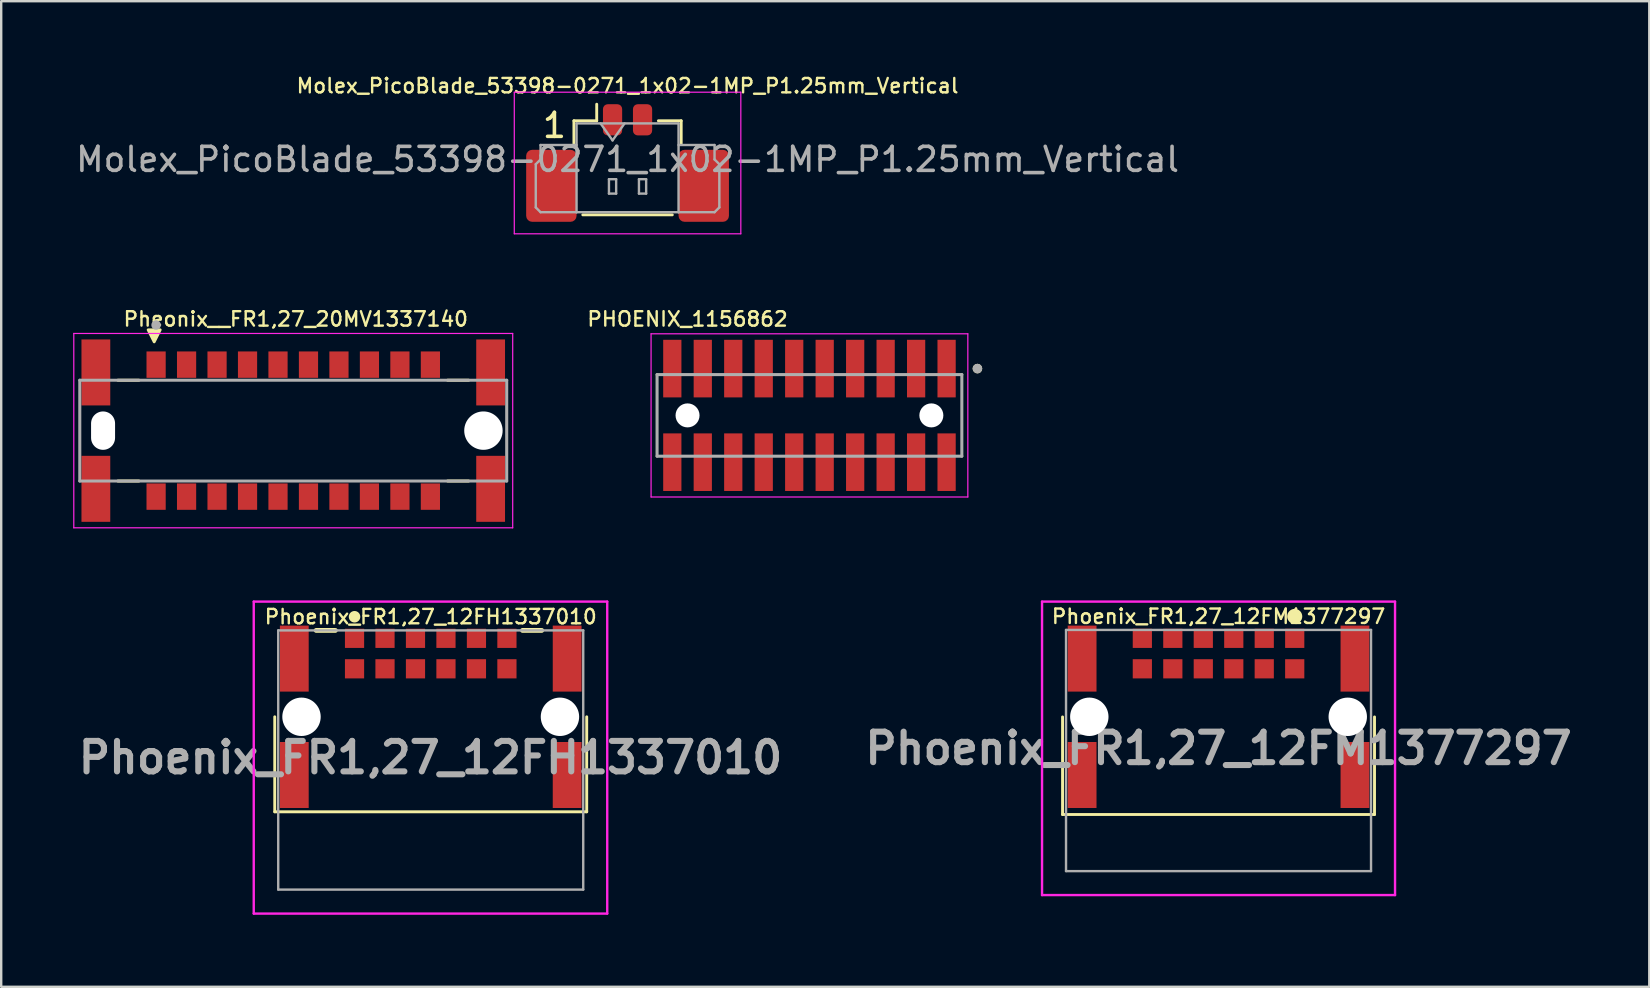
<source format=kicad_pcb>
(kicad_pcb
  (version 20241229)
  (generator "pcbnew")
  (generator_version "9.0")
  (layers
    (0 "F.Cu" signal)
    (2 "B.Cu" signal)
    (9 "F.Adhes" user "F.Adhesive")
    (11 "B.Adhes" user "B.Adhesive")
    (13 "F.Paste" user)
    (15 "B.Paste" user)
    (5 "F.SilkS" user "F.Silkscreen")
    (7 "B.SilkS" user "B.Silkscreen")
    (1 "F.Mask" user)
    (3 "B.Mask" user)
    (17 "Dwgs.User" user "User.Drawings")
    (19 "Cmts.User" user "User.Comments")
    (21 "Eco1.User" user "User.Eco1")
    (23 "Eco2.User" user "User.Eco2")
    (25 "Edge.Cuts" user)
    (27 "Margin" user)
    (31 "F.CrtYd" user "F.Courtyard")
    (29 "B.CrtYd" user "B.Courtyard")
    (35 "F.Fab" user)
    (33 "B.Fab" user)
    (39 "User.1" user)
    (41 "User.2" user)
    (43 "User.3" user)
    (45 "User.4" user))
  (footprint "Phoenix_FR1,27_12FH1337010"
    (layer "F.Cu")
    (at 14.899 28.62)
    (property "Reference" "Phoenix_FR1,27_12FH1337010" (at 0 -5.969 0) (layer "F.SilkS") (effects (font (size 0.6 0.6) (thickness 0.1) (bold yes))))
    (attr smd)
    (fp_line (start -6.5 -1.8) (end -6.5 2.159) (stroke (width 0.12) (type default)) (layer "F.SilkS"))
    (fp_line (start -6.5 2.159) (end 6.5 2.159) (stroke (width 0.12) (type default)) (layer "F.SilkS"))
    (fp_line (start -4.775 -5.4) (end -3.975 -5.4) (stroke (width 0.2) (type solid)) (layer "F.SilkS"))
    (fp_line (start 3.825 -5.4) (end 4.625 -5.4) (stroke (width 0.2) (type solid)) (layer "F.SilkS"))
    (fp_line (start 6.5 2.159) (end 6.5 -1.8) (stroke (width 0.12) (type default)) (layer "F.SilkS"))
    (fp_circle (center -3.175 -5.969) (end -2.995 -5.969) (stroke (width 0.12) (type solid)) (fill yes) (layer "F.SilkS"))
    (fp_line (start -7.375 -6.6) (end 7.355 -6.6) (stroke (width 0.1) (type solid)) (layer "F.CrtYd"))
    (fp_line (start -7.375 6.4) (end -7.375 -6.6) (stroke (width 0.1) (type solid)) (layer "F.CrtYd"))
    (fp_line (start 7.355 -6.6) (end 7.355 6.4) (stroke (width 0.1) (type solid)) (layer "F.CrtYd"))
    (fp_line (start 7.355 6.4) (end -7.375 6.4) (stroke (width 0.1) (type solid)) (layer "F.CrtYd"))
    (fp_line (start -6.355 -5.4) (end -6.355 5.4) (stroke (width 0.1) (type solid)) (layer "F.Fab"))
    (fp_line (start -6.355 5.4) (end 6.355 5.4) (stroke (width 0.1) (type solid)) (layer "F.Fab"))
    (fp_line (start 6.355 -5.4) (end -6.355 -5.4) (stroke (width 0.1) (type solid)) (layer "F.Fab"))
    (fp_line (start 6.355 5.4) (end 6.355 -5.4) (stroke (width 0.1) (type solid)) (layer "F.Fab"))
    (fp_text user "${REFERENCE}" (at -0.01 -0.1 0) (layer "F.Fab") (effects (font (size 1.27 1.27) (thickness 0.254))))
    (pad "" np_thru_hole circle (at -5.385 -1.8) (size 1.6 1.6) (drill 1.6) (layers "*.Cu" "*.Mask"))
    (pad "" np_thru_hole circle (at 5.385 -1.8) (size 1.6 1.6) (drill 1.6) (layers "*.Cu" "*.Mask"))
    (pad "A1" smd rect (at -3.175 -3.8 90) (size 0.8 0.8) (layers "F.Cu" "F.Mask" "F.Paste"))
    (pad "A2" smd rect (at -1.905 -3.8 90) (size 0.8 0.8) (layers "F.Cu" "F.Mask" "F.Paste"))
    (pad "A3" smd rect (at -0.635 -3.8 90) (size 0.8 0.8) (layers "F.Cu" "F.Mask" "F.Paste"))
    (pad "A4" smd rect (at 0.635 -3.8 90) (size 0.8 0.8) (layers "F.Cu" "F.Mask" "F.Paste"))
    (pad "A5" smd rect (at 1.905 -3.8 90) (size 0.8 0.8) (layers "F.Cu" "F.Mask" "F.Paste"))
    (pad "A6" smd rect (at 3.175 -3.8 90) (size 0.8 0.8) (layers "F.Cu" "F.Mask" "F.Paste"))
    (pad "B1" smd rect (at -3.175 -5.07 90) (size 0.8 0.8) (layers "F.Cu" "F.Mask" "F.Paste"))
    (pad "B2" smd rect (at -1.905 -5.07 90) (size 0.8 0.8) (layers "F.Cu" "F.Mask" "F.Paste"))
    (pad "B3" smd rect (at -0.635 -5.07 90) (size 0.8 0.8) (layers "F.Cu" "F.Mask" "F.Paste"))
    (pad "B4" smd rect (at 0.635 -5.07 90) (size 0.8 0.8) (layers "F.Cu" "F.Mask" "F.Paste"))
    (pad "B5" smd rect (at 1.905 -5.07 90) (size 0.8 0.8) (layers "F.Cu" "F.Mask" "F.Paste"))
    (pad "B6" smd rect (at 3.175 -5.07 90) (size 0.8 0.8) (layers "F.Cu" "F.Mask" "F.Paste"))
    (pad "MP1" smd rect (at -5.685 0.625) (size 1.2 2.75) (layers "F.Cu" "F.Mask" "F.Paste"))
    (pad "MP2" smd rect (at -5.685 -4.225) (size 1.2 2.75) (layers "F.Cu" "F.Mask" "F.Paste"))
    (pad "MP3" smd rect (at 5.685 0.625) (size 1.2 2.75) (layers "F.Cu" "F.Mask" "F.Paste"))
    (pad "MP4" smd rect (at 5.685 -4.225) (size 1.2 2.75) (layers "F.Cu" "F.Mask" "F.Paste")))
  (footprint "PHOENIX_1156862"
    (layer "F.Cu")
    (at 24.331 15.96)
    (property "Reference" "PHOENIX_1156862" (at 1.27 -5.715 180) (layer "F.SilkS") (effects (font (size 0.6 0.6) (thickness 0.1) (bold yes))))
    (attr smd)
    (fp_circle (center 13.35 -3.65) (end 13.45 -3.65) (stroke (width 0.2) (type solid)) (fill no) (layer "F.SilkS"))
    (fp_line (start -0.25 -5.1) (end 12.95 -5.1) (stroke (width 0.05) (type solid)) (layer "F.CrtYd"))
    (fp_line (start -0.25 1.7) (end -0.25 -5.1) (stroke (width 0.05) (type solid)) (layer "F.CrtYd"))
    (fp_line (start 12.95 -5.1) (end 12.95 1.7) (stroke (width 0.05) (type solid)) (layer "F.CrtYd"))
    (fp_line (start 12.95 1.7) (end -0.25 1.7) (stroke (width 0.05) (type solid)) (layer "F.CrtYd"))
    (fp_line (start 0 -3.4) (end 12.7 -3.4) (stroke (width 0.127) (type solid)) (layer "F.Fab"))
    (fp_line (start 0 0) (end 0 -3.4) (stroke (width 0.127) (type solid)) (layer "F.Fab"))
    (fp_line (start 12.7 -3.4) (end 12.7 0) (stroke (width 0.127) (type solid)) (layer "F.Fab"))
    (fp_line (start 12.7 0) (end 0 0) (stroke (width 0.127) (type solid)) (layer "F.Fab"))
    (fp_circle (center 13.35 -3.65) (end 13.45 -3.65) (stroke (width 0.2) (type solid)) (fill no) (layer "F.Fab"))
    (pad "" np_thru_hole circle (at 1.27 -1.7) (size 1 1) (drill 1) (layers "*.Cu" "*.Mask"))
    (pad "" np_thru_hole circle (at 11.43 -1.7) (size 1 1) (drill 1) (layers "*.Cu" "*.Mask"))
    (pad "01" smd rect (at 12.065 -3.65) (size 0.76 2.4) (layers "F.Cu" "F.Mask" "F.Paste"))
    (pad "02" smd rect (at 10.795 -3.65) (size 0.76 2.4) (layers "F.Cu" "F.Mask" "F.Paste"))
    (pad "03" smd rect (at 9.525 -3.65) (size 0.76 2.4) (layers "F.Cu" "F.Mask" "F.Paste"))
    (pad "04" smd rect (at 8.255 -3.65) (size 0.76 2.4) (layers "F.Cu" "F.Mask" "F.Paste"))
    (pad "05" smd rect (at 6.985 -3.65) (size 0.76 2.4) (layers "F.Cu" "F.Mask" "F.Paste"))
    (pad "06" smd rect (at 5.715 -3.65) (size 0.76 2.4) (layers "F.Cu" "F.Mask" "F.Paste"))
    (pad "07" smd rect (at 4.445 -3.65) (size 0.76 2.4) (layers "F.Cu" "F.Mask" "F.Paste"))
    (pad "08" smd rect (at 3.175 -3.65) (size 0.76 2.4) (layers "F.Cu" "F.Mask" "F.Paste"))
    (pad "09" smd rect (at 1.905 -3.65) (size 0.76 2.4) (layers "F.Cu" "F.Mask" "F.Paste"))
    (pad "10" smd rect (at 0.635 -3.65) (size 0.76 2.4) (layers "F.Cu" "F.Mask" "F.Paste"))
    (pad "11" smd rect (at 12.065 0.25) (size 0.76 2.4) (layers "F.Cu" "F.Mask" "F.Paste"))
    (pad "12" smd rect (at 10.795 0.25) (size 0.76 2.4) (layers "F.Cu" "F.Mask" "F.Paste"))
    (pad "13" smd rect (at 9.525 0.25) (size 0.76 2.4) (layers "F.Cu" "F.Mask" "F.Paste"))
    (pad "14" smd rect (at 8.255 0.25) (size 0.76 2.4) (layers "F.Cu" "F.Mask" "F.Paste"))
    (pad "15" smd rect (at 6.985 0.25) (size 0.76 2.4) (layers "F.Cu" "F.Mask" "F.Paste"))
    (pad "16" smd rect (at 5.715 0.25) (size 0.76 2.4) (layers "F.Cu" "F.Mask" "F.Paste"))
    (pad "17" smd rect (at 4.445 0.25) (size 0.76 2.4) (layers "F.Cu" "F.Mask" "F.Paste"))
    (pad "18" smd rect (at 3.175 0.25) (size 0.76 2.4) (layers "F.Cu" "F.Mask" "F.Paste"))
    (pad "19" smd rect (at 1.905 0.25) (size 0.76 2.4) (layers "F.Cu" "F.Mask" "F.Paste"))
    (pad "20" smd rect (at 0.635 0.25) (size 0.76 2.4) (layers "F.Cu" "F.Mask" "F.Paste")))
  (footprint "Phoenix_FR1,27_12FM1377297"
    (layer "F.Cu")
    (at 47.728 28.225)
    (property "Reference" "Phoenix_FR1,27_12FM1377297" (at 0 -5.588 0) (layer "F.SilkS") (effects (font (size 0.6 0.6) (thickness 0.1) (bold yes))))
    (attr smd)
    (fp_line (start -6.5 -1.4) (end -6.5 2.667) (stroke (width 0.12) (type default)) (layer "F.SilkS"))
    (fp_line (start -6.5 2.667) (end 6.5 2.667) (stroke (width 0.12) (type default)) (layer "F.SilkS"))
    (fp_line (start 6.5 2.667) (end 6.5 -1.4) (stroke (width 0.12) (type default)) (layer "F.SilkS"))
    (fp_circle (center 3.175 -5.588) (end 3.429 -5.588) (stroke (width 0.12) (type solid)) (fill yes) (layer "F.SilkS"))
    (fp_line (start -7.355 -6.205) (end 7.355 -6.205) (stroke (width 0.1) (type solid)) (layer "F.CrtYd"))
    (fp_line (start -7.355 6.025) (end -7.355 -6.205) (stroke (width 0.1) (type solid)) (layer "F.CrtYd"))
    (fp_line (start 7.355 -6.205) (end 7.355 6.025) (stroke (width 0.1) (type solid)) (layer "F.CrtYd"))
    (fp_line (start 7.355 6.025) (end -7.355 6.025) (stroke (width 0.1) (type solid)) (layer "F.CrtYd"))
    (fp_line (start -6.355 -5.025) (end 6.355 -5.025) (stroke (width 0.1) (type solid)) (layer "F.Fab"))
    (fp_line (start -6.355 5.025) (end -6.355 -5.025) (stroke (width 0.1) (type solid)) (layer "F.Fab"))
    (fp_line (start 6.355 -5.025) (end 6.355 5.025) (stroke (width 0.1) (type solid)) (layer "F.Fab"))
    (fp_line (start 6.355 5.025) (end -6.355 5.025) (stroke (width 0.1) (type solid)) (layer "F.Fab"))
    (fp_text user "${REFERENCE}" (at 0 -0.09 0) (layer "F.Fab") (effects (font (size 1.27 1.27) (thickness 0.254))))
    (pad "" np_thru_hole circle (at -5.385 -1.405) (size 1.6 1.6) (drill 1.6) (layers "*.Cu" "*.Mask"))
    (pad "" np_thru_hole circle (at 5.385 -1.405) (size 1.6 1.6) (drill 1.6) (layers "*.Cu" "*.Mask"))
    (pad "A1" smd rect (at 3.175 -3.405 90) (size 0.8 0.8) (layers "F.Cu" "F.Mask" "F.Paste"))
    (pad "A2" smd rect (at 1.905 -3.405 90) (size 0.8 0.8) (layers "F.Cu" "F.Mask" "F.Paste"))
    (pad "A3" smd rect (at 0.635 -3.405 90) (size 0.8 0.8) (layers "F.Cu" "F.Mask" "F.Paste"))
    (pad "A4" smd rect (at -0.635 -3.405 90) (size 0.8 0.8) (layers "F.Cu" "F.Mask" "F.Paste"))
    (pad "A5" smd rect (at -1.905 -3.405 90) (size 0.8 0.8) (layers "F.Cu" "F.Mask" "F.Paste"))
    (pad "A6" smd rect (at -3.175 -3.405 90) (size 0.8 0.8) (layers "F.Cu" "F.Mask" "F.Paste"))
    (pad "B1" smd rect (at 3.175 -4.675 90) (size 0.8 0.8) (layers "F.Cu" "F.Mask" "F.Paste"))
    (pad "B2" smd rect (at 1.905 -4.675 90) (size 0.8 0.8) (layers "F.Cu" "F.Mask" "F.Paste"))
    (pad "B3" smd rect (at 0.635 -4.675 90) (size 0.8 0.8) (layers "F.Cu" "F.Mask" "F.Paste"))
    (pad "B4" smd rect (at -0.635 -4.675 90) (size 0.8 0.8) (layers "F.Cu" "F.Mask" "F.Paste"))
    (pad "B5" smd rect (at -1.905 -4.675 90) (size 0.8 0.8) (layers "F.Cu" "F.Mask" "F.Paste"))
    (pad "B6" smd rect (at -3.175 -4.675 90) (size 0.8 0.8) (layers "F.Cu" "F.Mask" "F.Paste"))
    (pad "MP1" smd rect (at 5.685 1.02) (size 1.2 2.75) (layers "F.Cu" "F.Mask" "F.Paste"))
    (pad "MP2" smd rect (at -5.685 1.02) (size 1.2 2.75) (layers "F.Cu" "F.Mask" "F.Paste"))
    (pad "MP3" smd rect (at 5.685 -3.83) (size 1.2 2.75) (layers "F.Cu" "F.Mask" "F.Paste"))
    (pad "MP4" smd rect (at -5.685 -3.83) (size 1.2 2.75) (layers "F.Cu" "F.Mask" "F.Paste")))
  (footprint "Pheonix__FR1,27_20MV1337140"
    (layer "F.Cu")
    (at 0.275 16.995)
    (property "Reference" "Pheonix__FR1,27_20MV1337140" (at 9 -6.75 0) (layer "F.SilkS") (effects (font (size 0.6 0.6) (thickness 0.1) (bold yes))))
    (attr smd)
    (fp_line (start 1.59 -4.2) (end 2.46 -4.2) (stroke (width 0.127) (type solid)) (layer "F.SilkS"))
    (fp_line (start 2.46 0) (end 1.59 0) (stroke (width 0.127) (type solid)) (layer "F.SilkS"))
    (fp_line (start 15.33 -4.2) (end 16.2 -4.2) (stroke (width 0.127) (type solid)) (layer "F.SilkS"))
    (fp_line (start 16.2 0) (end 15.33 0) (stroke (width 0.127) (type solid)) (layer "F.SilkS"))
    (fp_poly (pts (xy 3.1 -5.8) (xy 2.85 -6.3) (xy 3.35 -6.3)) (stroke (width 0.12) (type solid)) (fill yes) (layer "F.SilkS"))
    (fp_line (start -0.25 -6.15) (end -0.25 1.95) (stroke (width 0.05) (type solid)) (layer "F.CrtYd"))
    (fp_line (start -0.25 1.95) (end 18.04 1.95) (stroke (width 0.05) (type solid)) (layer "F.CrtYd"))
    (fp_line (start 18.04 -6.15) (end -0.25 -6.15) (stroke (width 0.05) (type solid)) (layer "F.CrtYd"))
    (fp_line (start 18.04 1.95) (end 18.04 -6.15) (stroke (width 0.05) (type solid)) (layer "F.CrtYd"))
    (fp_line (start 0 -4.2) (end 17.79 -4.2) (stroke (width 0.127) (type solid)) (layer "F.Fab"))
    (fp_line (start 0 0) (end 0 -4.2) (stroke (width 0.127) (type solid)) (layer "F.Fab"))
    (fp_line (start 0 0) (end 17.79 0) (stroke (width 0.127) (type solid)) (layer "F.Fab"))
    (fp_line (start 17.79 -4.2) (end 17.79 0) (stroke (width 0.127) (type solid)) (layer "F.Fab"))
    (fp_circle (center 3.18 -6.5) (end 3.28 -6.5) (stroke (width 0.2) (type solid)) (fill no) (layer "F.Fab"))
    (pad "" np_thru_hole oval (at 0.97 -2.1) (size 1 1.6) (drill oval 1 1.6) (layers "*.Cu" "*.Mask"))
    (pad "" np_thru_hole circle (at 16.82 -2.1) (size 1.6 1.6) (drill 1.6) (layers "*.Cu" "*.Mask"))
    (pad "A1" smd rect (at 3.18 -4.85) (size 0.8 1.1) (layers "F.Cu" "F.Mask" "F.Paste"))
    (pad "A2" smd rect (at 4.45 -4.85) (size 0.8 1.1) (layers "F.Cu" "F.Mask" "F.Paste"))
    (pad "A3" smd rect (at 5.72 -4.85) (size 0.8 1.1) (layers "F.Cu" "F.Mask" "F.Paste"))
    (pad "A4" smd rect (at 6.99 -4.85) (size 0.8 1.1) (layers "F.Cu" "F.Mask" "F.Paste"))
    (pad "A5" smd rect (at 8.26 -4.85) (size 0.8 1.1) (layers "F.Cu" "F.Mask" "F.Paste"))
    (pad "A6" smd rect (at 9.53 -4.85) (size 0.8 1.1) (layers "F.Cu" "F.Mask" "F.Paste"))
    (pad "A7" smd rect (at 10.8 -4.85) (size 0.8 1.1) (layers "F.Cu" "F.Mask" "F.Paste"))
    (pad "A8" smd rect (at 12.07 -4.85) (size 0.8 1.1) (layers "F.Cu" "F.Mask" "F.Paste"))
    (pad "A9" smd rect (at 13.34 -4.85) (size 0.8 1.1) (layers "F.Cu" "F.Mask" "F.Paste"))
    (pad "A10" smd rect (at 14.61 -4.85) (size 0.8 1.1) (layers "F.Cu" "F.Mask" "F.Paste"))
    (pad "B1" smd rect (at 3.18 0.65) (size 0.8 1.1) (layers "F.Cu" "F.Mask" "F.Paste"))
    (pad "B2" smd rect (at 4.45 0.65) (size 0.8 1.1) (layers "F.Cu" "F.Mask" "F.Paste"))
    (pad "B3" smd rect (at 5.72 0.65) (size 0.8 1.1) (layers "F.Cu" "F.Mask" "F.Paste"))
    (pad "B4" smd rect (at 6.99 0.65) (size 0.8 1.1) (layers "F.Cu" "F.Mask" "F.Paste"))
    (pad "B5" smd rect (at 8.26 0.65) (size 0.8 1.1) (layers "F.Cu" "F.Mask" "F.Paste"))
    (pad "B6" smd rect (at 9.53 0.65) (size 0.8 1.1) (layers "F.Cu" "F.Mask" "F.Paste"))
    (pad "B7" smd rect (at 10.8 0.65) (size 0.8 1.1) (layers "F.Cu" "F.Mask" "F.Paste"))
    (pad "B8" smd rect (at 12.07 0.65) (size 0.8 1.1) (layers "F.Cu" "F.Mask" "F.Paste"))
    (pad "B9" smd rect (at 13.34 0.65) (size 0.8 1.1) (layers "F.Cu" "F.Mask" "F.Paste"))
    (pad "B10" smd rect (at 14.61 0.65) (size 0.8 1.1) (layers "F.Cu" "F.Mask" "F.Paste"))
    (pad "MP1" smd rect (at 0.67 -4.525) (size 1.2 2.75) (layers "F.Cu" "F.Mask" "F.Paste"))
    (pad "MP2" smd rect (at 17.12 -4.525) (size 1.2 2.75) (layers "F.Cu" "F.Mask" "F.Paste"))
    (pad "MP3" smd rect (at 0.67 0.325) (size 1.2 2.75) (layers "F.Cu" "F.Mask" "F.Paste"))
    (pad "MP4" smd rect (at 17.12 0.325) (size 1.2 2.75) (layers "F.Cu" "F.Mask" "F.Paste")))
  (footprint "Molex_PicoBlade_53398-0271_1x02-1MP_P1.25mm_Vertical"
    (layer "F.Cu")
    (at 23.101 3.193)
    (property "Reference" "Molex_PicoBlade_53398-0271_1x02-1MP_P1.25mm_Vertical" (at 0 -2.667 0) (layer "F.SilkS") (effects (font (size 0.6 0.6) (thickness 0.1))))
    (attr smd)
    (fp_line (start -2.235 -1.21) (end -1.285 -1.21) (stroke (width 0.12) (type solid)) (layer "F.SilkS"))
    (fp_line (start -2.235 -0.26) (end -2.235 -1.21) (stroke (width 0.12) (type solid)) (layer "F.SilkS"))
    (fp_line (start -1.865 2.71) (end 1.865 2.71) (stroke (width 0.12) (type solid)) (layer "F.SilkS"))
    (fp_line (start -1.285 -1.21) (end -1.285 -1.9) (stroke (width 0.12) (type solid)) (layer "F.SilkS"))
    (fp_line (start 2.235 -1.21) (end 1.285 -1.21) (stroke (width 0.12) (type solid)) (layer "F.SilkS"))
    (fp_line (start 2.235 -0.26) (end 2.235 -1.21) (stroke (width 0.12) (type solid)) (layer "F.SilkS"))
    (fp_line (start -4.72 -2.4) (end -4.72 3.5) (stroke (width 0.05) (type solid)) (layer "F.CrtYd"))
    (fp_line (start -4.72 3.5) (end 4.72 3.5) (stroke (width 0.05) (type solid)) (layer "F.CrtYd"))
    (fp_line (start 4.72 -2.4) (end -4.72 -2.4) (stroke (width 0.05) (type solid)) (layer "F.CrtYd"))
    (fp_line (start 4.72 3.5) (end 4.72 -2.4) (stroke (width 0.05) (type solid)) (layer "F.CrtYd"))
    (fp_line (start -3.825 0.6) (end -3.625 0.4) (stroke (width 0.1) (type solid)) (layer "F.Fab"))
    (fp_line (start -3.825 2.4) (end -3.825 0.6) (stroke (width 0.1) (type solid)) (layer "F.Fab"))
    (fp_line (start -3.625 -0.2) (end -2.125 -0.2) (stroke (width 0.1) (type solid)) (layer "F.Fab"))
    (fp_line (start -3.625 0.4) (end -3.625 -0.2) (stroke (width 0.1) (type solid)) (layer "F.Fab"))
    (fp_line (start -3.625 2.6) (end -3.825 2.4) (stroke (width 0.1) (type solid)) (layer "F.Fab"))
    (fp_line (start -2.125 -1.1) (end -2.125 2.6) (stroke (width 0.1) (type solid)) (layer "F.Fab"))
    (fp_line (start -2.125 -1.1) (end 2.125 -1.1) (stroke (width 0.1) (type solid)) (layer "F.Fab"))
    (fp_line (start -2.125 2.6) (end -3.625 2.6) (stroke (width 0.1) (type solid)) (layer "F.Fab"))
    (fp_line (start -2.125 2.6) (end 2.125 2.6) (stroke (width 0.1) (type solid)) (layer "F.Fab"))
    (fp_line (start -1.125 -1.1) (end -0.625 -0.393) (stroke (width 0.1) (type solid)) (layer "F.Fab"))
    (fp_line (start -0.775 1.225) (end -0.775 1.825) (stroke (width 0.1) (type solid)) (layer "F.Fab"))
    (fp_line (start -0.775 1.825) (end -0.475 1.825) (stroke (width 0.1) (type solid)) (layer "F.Fab"))
    (fp_line (start -0.625 -0.393) (end -0.125 -1.1) (stroke (width 0.1) (type solid)) (layer "F.Fab"))
    (fp_line (start -0.475 1.225) (end -0.775 1.225) (stroke (width 0.1) (type solid)) (layer "F.Fab"))
    (fp_line (start -0.475 1.825) (end -0.475 1.225) (stroke (width 0.1) (type solid)) (layer "F.Fab"))
    (fp_line (start 0.475 1.225) (end 0.475 1.825) (stroke (width 0.1) (type solid)) (layer "F.Fab"))
    (fp_line (start 0.475 1.825) (end 0.775 1.825) (stroke (width 0.1) (type solid)) (layer "F.Fab"))
    (fp_line (start 0.775 1.225) (end 0.475 1.225) (stroke (width 0.1) (type solid)) (layer "F.Fab"))
    (fp_line (start 0.775 1.825) (end 0.775 1.225) (stroke (width 0.1) (type solid)) (layer "F.Fab"))
    (fp_line (start 2.125 -1.1) (end 2.125 2.6) (stroke (width 0.1) (type solid)) (layer "F.Fab"))
    (fp_line (start 2.125 2.6) (end 3.625 2.6) (stroke (width 0.1) (type solid)) (layer "F.Fab"))
    (fp_line (start 3.625 -0.2) (end 2.125 -0.2) (stroke (width 0.1) (type solid)) (layer "F.Fab"))
    (fp_line (start 3.625 0.4) (end 3.625 -0.2) (stroke (width 0.1) (type solid)) (layer "F.Fab"))
    (fp_line (start 3.625 2.6) (end 3.825 2.4) (stroke (width 0.1) (type solid)) (layer "F.Fab"))
    (fp_line (start 3.825 0.6) (end 3.625 0.4) (stroke (width 0.1) (type solid)) (layer "F.Fab"))
    (fp_line (start 3.825 2.4) (end 3.825 0.6) (stroke (width 0.1) (type solid)) (layer "F.Fab"))
    (fp_text user "1" (at -3.048 -1.016 0) (unlocked yes) (layer "F.SilkS") (effects (font (size 1 1) (thickness 0.15))))
    (fp_text user "${REFERENCE}" (at 0 0.4 0) (layer "F.Fab") (effects (font (size 1 1) (thickness 0.15))))
    (pad "" smd roundrect (at -3.175 1.5) (size 2.1 3) (layers "F.Cu" "F.Mask" "F.Paste") (roundrect_rratio 0.119))
    (pad "" smd roundrect (at 3.175 1.5) (size 2.1 3) (layers "F.Cu" "F.Mask" "F.Paste") (roundrect_rratio 0.119))
    (pad "1" smd roundrect (at -0.625 -1.25) (size 0.8 1.3) (layers "F.Cu" "F.Mask" "F.Paste") (roundrect_rratio 0.25))
    (pad "2" smd roundrect (at 0.625 -1.25) (size 0.8 1.3) (layers "F.Cu" "F.Mask" "F.Paste") (roundrect_rratio 0.25)))
  (gr_rect
    (start -3 -3)
    (end 65.678 38.07)
    (stroke (width 0.1) (type default))
    (fill no)
    (layer "Edge.Cuts")))
</source>
